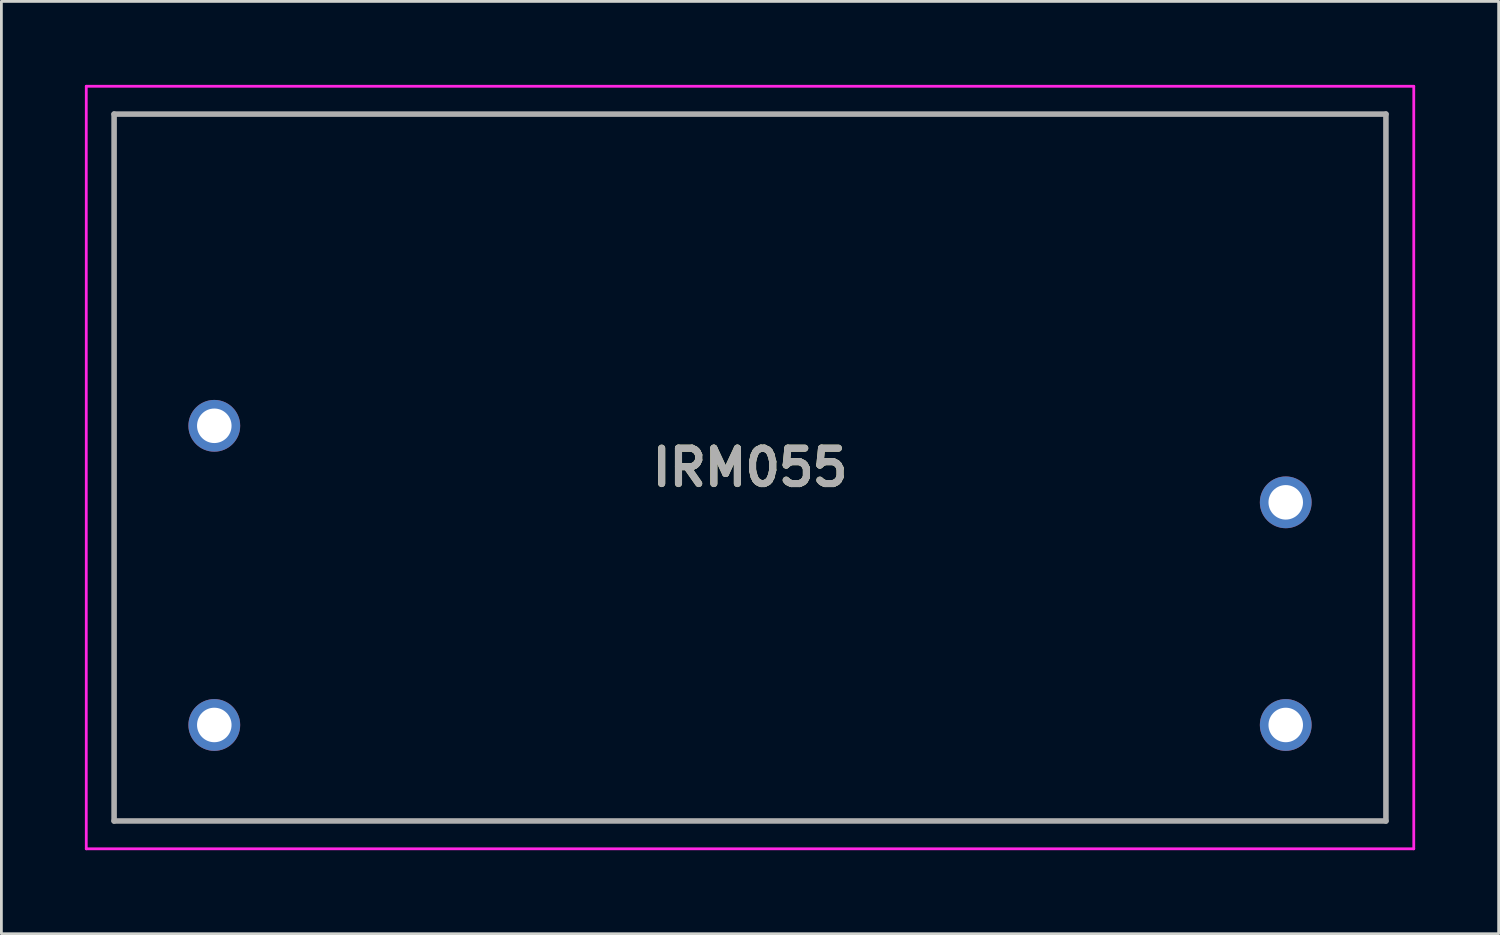
<source format=kicad_pcb>
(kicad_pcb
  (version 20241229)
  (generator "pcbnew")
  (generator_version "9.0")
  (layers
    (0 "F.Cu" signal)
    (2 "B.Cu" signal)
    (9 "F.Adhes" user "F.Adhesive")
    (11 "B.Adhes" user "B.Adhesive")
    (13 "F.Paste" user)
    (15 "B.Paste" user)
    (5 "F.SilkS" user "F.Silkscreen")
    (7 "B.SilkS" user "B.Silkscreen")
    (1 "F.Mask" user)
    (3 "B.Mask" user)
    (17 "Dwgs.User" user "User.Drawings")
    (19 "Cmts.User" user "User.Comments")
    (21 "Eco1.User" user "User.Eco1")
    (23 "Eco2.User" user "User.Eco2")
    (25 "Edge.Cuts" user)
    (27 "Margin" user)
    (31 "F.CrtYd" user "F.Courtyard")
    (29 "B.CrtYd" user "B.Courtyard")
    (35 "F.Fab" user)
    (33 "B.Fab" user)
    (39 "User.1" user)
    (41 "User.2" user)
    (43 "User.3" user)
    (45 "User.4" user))
  (footprint "IRM055"
    (layer "F.Cu")
    (at 4.65 23)
    (property "Reference" "IRM055" (at 19.25 -9.25 0) (layer "F.SilkS") (effects (font (size 1.27 1.27) (thickness 0.254))))
    (attr through_hole)
    (fp_line (start -3.6 -21.95) (end -3.6 3.45) (stroke (width 0.1) (type solid)) (layer "F.SilkS"))
    (fp_line (start -3.6 3.45) (end 42.1 3.45) (stroke (width 0.1) (type solid)) (layer "F.SilkS"))
    (fp_line (start 42.1 -21.95) (end -3.6 -21.95) (stroke (width 0.1) (type solid)) (layer "F.SilkS"))
    (fp_line (start 42.1 3.45) (end 42.1 -21.95) (stroke (width 0.1) (type solid)) (layer "F.SilkS"))
    (fp_line (start -4.6 -22.95) (end -4.6 4.45) (stroke (width 0.1) (type solid)) (layer "F.CrtYd"))
    (fp_line (start -4.6 4.45) (end 43.1 4.45) (stroke (width 0.1) (type solid)) (layer "F.CrtYd"))
    (fp_line (start 43.1 -22.95) (end -4.6 -22.95) (stroke (width 0.1) (type solid)) (layer "F.CrtYd"))
    (fp_line (start 43.1 4.45) (end 43.1 -22.95) (stroke (width 0.1) (type solid)) (layer "F.CrtYd"))
    (fp_line (start -3.6 -21.95) (end -3.6 3.45) (stroke (width 0.2) (type solid)) (layer "F.Fab"))
    (fp_line (start -3.6 3.45) (end 42.1 3.45) (stroke (width 0.2) (type solid)) (layer "F.Fab"))
    (fp_line (start 42.1 -21.95) (end -3.6 -21.95) (stroke (width 0.2) (type solid)) (layer "F.Fab"))
    (fp_line (start 42.1 3.45) (end 42.1 -21.95) (stroke (width 0.2) (type solid)) (layer "F.Fab"))
    (fp_text user "${REFERENCE}" (at 19.25 -9.25 0) (layer "F.Fab") (effects (font (size 1.27 1.27) (thickness 0.254))))
    (pad "1" thru_hole circle (at 0 0) (size 1.86 1.86) (drill 1.24) (layers "*.Cu" "*.Mask"))
    (pad "2" thru_hole circle (at 38.5 0) (size 1.86 1.86) (drill 1.24) (layers "*.Cu" "*.Mask"))
    (pad "3" thru_hole circle (at 38.5 -8) (size 1.86 1.86) (drill 1.24) (layers "*.Cu" "*.Mask"))
    (pad "4" thru_hole circle (at 0 -10.75) (size 1.86 1.86) (drill 1.24) (layers "*.Cu" "*.Mask")))
  (gr_rect
    (start -3 -3)
    (end 50.8 30.5)
    (stroke (width 0.1) (type default))
    (fill no)
    (layer "Edge.Cuts")))
</source>
